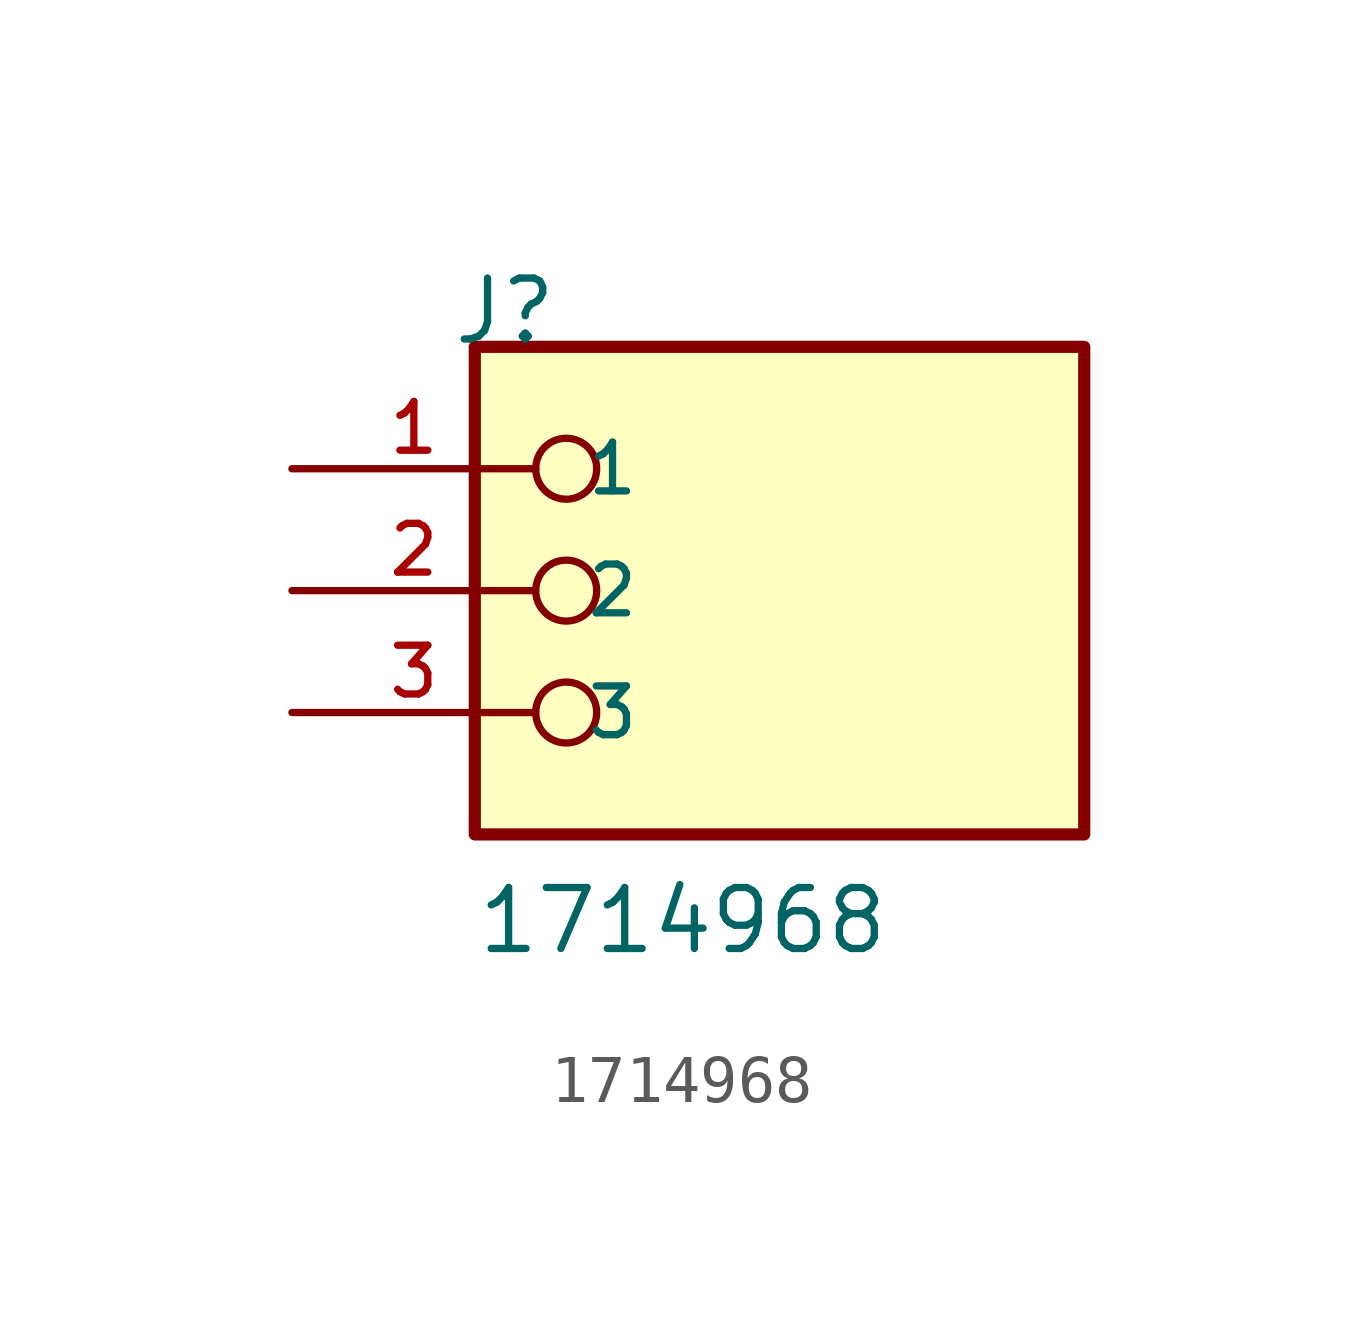
<source format=kicad_sym>
(kicad_symbol_lib
  (version 20211014)
  (generator kicad_symbol_editor)
  (symbol "1714968"
    (pin_names
      (offset 1.016))
    (property "Reference" "J"
      (at -6.85 5.08 0)
      (effects (font (size 1.27 1.27)) (justify bottom left)))
    (property "Value" "1714968"
      (at -6.35 -7.62 0)
      (effects (font (size 1.27 1.27)) (justify bottom left)))
    (symbol "1714968_0_0"
      (circle (center -4.445 2.54) (radius 0.635) (stroke (width 0.152)) (fill (type none)))
      (circle (center -4.445 0.0) (radius 0.635) (stroke (width 0.152)) (fill (type none)))
      (circle (center -4.445 -2.54) (radius 0.635) (stroke (width 0.152)) (fill (type none)))
      (rectangle (start -6.35 -5.08) (end 6.35 5.08) (stroke (width 0.254)) (fill (type background)))
      (pin passive line (at -10.16 2.54 0) (length 5.08) (name "1" (effects (font (size 1.016 1.016)))) (number "1" (effects (font (size 1.016 1.016)))))
      (pin passive line (at -10.16 0.0 0) (length 5.08) (name "2" (effects (font (size 1.016 1.016)))) (number "2" (effects (font (size 1.016 1.016)))))
      (pin passive line (at -10.16 -2.54 0) (length 5.08) (name "3" (effects (font (size 1.016 1.016)))) (number "3" (effects (font (size 1.016 1.016))))))))
</source>
